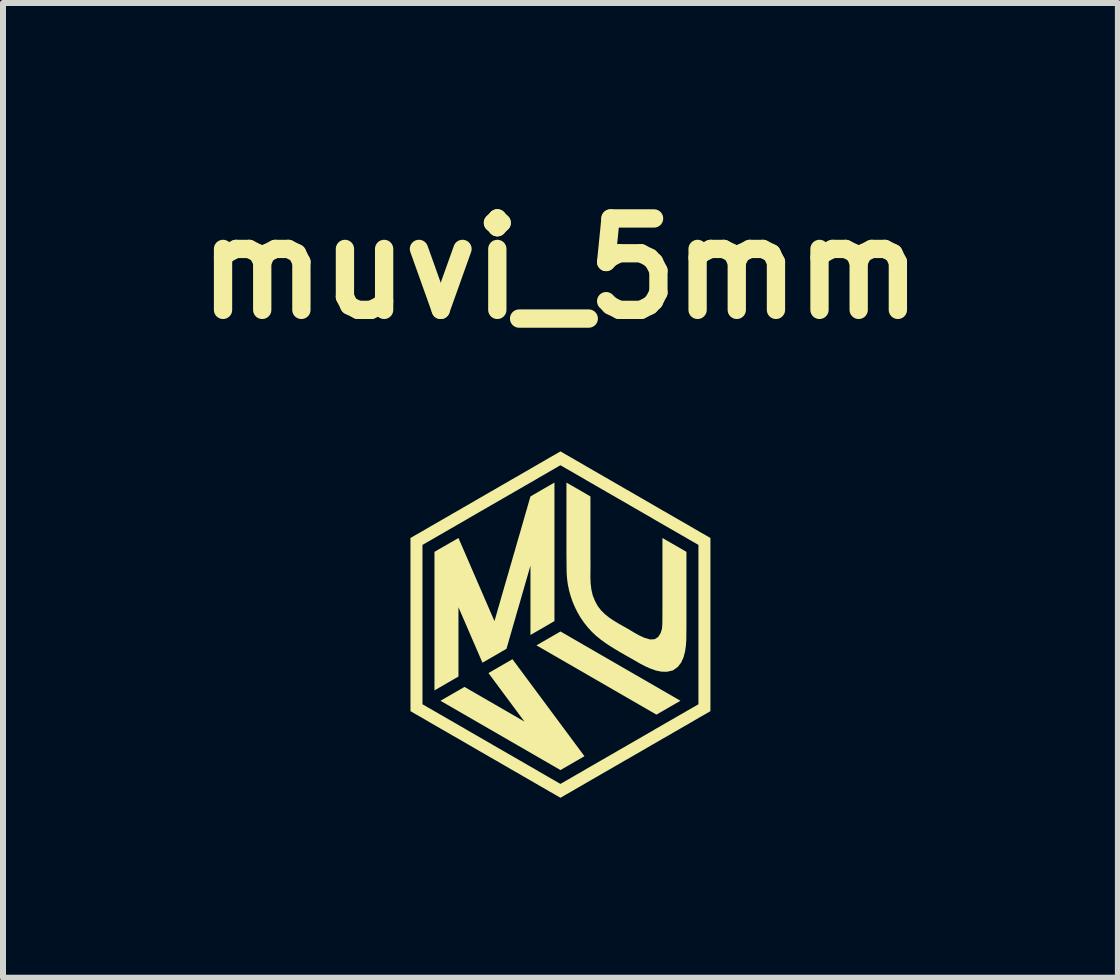
<source format=kicad_pcb>
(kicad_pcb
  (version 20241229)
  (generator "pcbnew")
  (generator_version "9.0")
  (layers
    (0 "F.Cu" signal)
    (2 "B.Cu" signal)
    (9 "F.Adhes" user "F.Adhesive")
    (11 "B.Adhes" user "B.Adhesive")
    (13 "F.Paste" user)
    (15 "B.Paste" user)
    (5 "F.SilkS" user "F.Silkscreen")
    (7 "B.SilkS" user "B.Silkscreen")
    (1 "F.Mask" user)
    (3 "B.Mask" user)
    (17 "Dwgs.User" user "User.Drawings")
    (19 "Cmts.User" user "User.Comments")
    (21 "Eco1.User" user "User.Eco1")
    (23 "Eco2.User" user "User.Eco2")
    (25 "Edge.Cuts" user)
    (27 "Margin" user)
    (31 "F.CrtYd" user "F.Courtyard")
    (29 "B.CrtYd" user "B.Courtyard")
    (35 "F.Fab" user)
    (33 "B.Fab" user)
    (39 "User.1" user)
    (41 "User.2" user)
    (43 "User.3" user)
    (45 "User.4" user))
  (footprint "muvi_5mm"
    (layer "F.Cu")
    (at 6.292 7.361)
    (property "Reference" "muvi_5mm" (at 0 -5.935 0) (layer "F.SilkS") (effects (font (size 1.524 1.524) (thickness 0.305))))
    (attr smd)
    (fp_poly (pts (xy -0.4 0.346) (xy 0 0.115) (xy 2 1.27) (xy 1.6 1.501) (xy -0.4 0.346)) (stroke (width 0) (type solid)) (fill yes) (layer "F.SilkS"))
    (fp_poly (pts (xy -2 1.27) (xy -1.6 1.039) (xy -0.6 1.617) (xy -1.2 0.808) (xy -0.8 0.577) (xy 0.4 2.194) (xy 0 2.425) (xy -2 1.27)) (stroke (width 0) (type solid)) (fill yes) (layer "F.SilkS"))
    (fp_poly (pts (xy 0.1 -2.367) (xy 0.1 -2.267) (xy 0.1 -2.167) (xy 0.1 -2.067) (xy 0.1 -1.967) (xy 0.1 -1.867) (xy 0.1 -1.767) (xy 0.1 -1.667) (xy 0.1 -1.567) (xy 0.1 -1.468) (xy 0.1 -1.368) (xy 0.1 -1.268) (xy 0.1 -1.168) (xy 0.101 -1.068) (xy 0.102 -0.968) (xy 0.103 -0.868) (xy 0.11 -0.768) (xy 0.123 -0.67) (xy 0.143 -0.572) (xy 0.17 -0.476) (xy 0.202 -0.382) (xy 0.241 -0.291) (xy 0.285 -0.202) (xy 0.335 -0.117) (xy 0.391 -0.035) (xy 0.453 0.043) (xy 0.52 0.117) (xy 0.592 0.185) (xy 0.67 0.249) (xy 0.747 0.305) (xy 0.827 0.358) (xy 0.909 0.409) (xy 0.991 0.458) (xy 1.075 0.506) (xy 1.158 0.553) (xy 1.242 0.601) (xy 1.325 0.649) (xy 1.409 0.693) (xy 1.498 0.733) (xy 1.591 0.766) (xy 1.685 0.785) (xy 1.78 0.786) (xy 1.874 0.764) (xy 1.955 0.707) (xy 2.012 0.633) (xy 2.052 0.545) (xy 2.077 0.45) (xy 2.091 0.352) (xy 2.098 0.257) (xy 2.099 0.152) (xy 2.1 0.047) (xy 2.1 -0.058) (xy 2.1 -0.163) (xy 2.1 -0.268) (xy 2.1 -0.373) (xy 2.1 -0.478) (xy 2.1 -0.583) (xy 2.1 -0.688) (xy 2.1 -0.793) (xy 2.1 -0.898) (xy 2.1 -1.003) (xy 2.1 -1.107) (xy 2.1 -1.212) (xy 2.02 -1.259) (xy 1.94 -1.305) (xy 1.86 -1.351) (xy 1.78 -1.397) (xy 1.7 -1.443) (xy 1.7 -1.34) (xy 1.7 -1.238) (xy 1.7 -1.135) (xy 1.7 -1.032) (xy 1.7 -0.929) (xy 1.7 -0.826) (xy 1.7 -0.723) (xy 1.7 -0.62) (xy 1.7 -0.517) (xy 1.7 -0.414) (xy 1.7 -0.311) (xy 1.7 -0.208) (xy 1.699 -0.106) (xy 1.698 -0.003) (xy 1.692 0.071) (xy 1.669 0.144) (xy 1.629 0.206) (xy 1.57 0.244) (xy 1.493 0.248) (xy 1.399 0.22) (xy 1.31 0.179) (xy 1.224 0.131) (xy 1.14 0.08) (xy 1.054 0.031) (xy 0.974 -0.014) (xy 0.894 -0.062) (xy 0.816 -0.114) (xy 0.744 -0.171) (xy 0.678 -0.236) (xy 0.622 -0.308) (xy 0.577 -0.391) (xy 0.538 -0.487) (xy 0.515 -0.587) (xy 0.503 -0.689) (xy 0.499 -0.792) (xy 0.5 -0.895) (xy 0.501 -0.999) (xy 0.5 -1.102) (xy 0.5 -1.205) (xy 0.5 -1.309) (xy 0.5 -1.412) (xy 0.5 -1.516) (xy 0.5 -1.619) (xy 0.5 -1.722) (xy 0.5 -1.826) (xy 0.5 -1.929) (xy 0.5 -2.033) (xy 0.5 -2.136) (xy 0.42 -2.182) (xy 0.34 -2.229) (xy 0.26 -2.275) (xy 0.18 -2.321) (xy 0.1 -2.367) (xy 0.1 -2.367)) (stroke (width 0) (type solid)) (fill yes) (layer "F.SilkS"))
    (fp_poly (pts (xy -2.1 1.097) (xy -2.1 0.992) (xy -2.1 0.887) (xy -2.1 0.782) (xy -2.1 0.677) (xy -2.1 0.572) (xy -2.1 0.467) (xy -2.1 0.362) (xy -2.1 0.257) (xy -2.1 0.152) (xy -2.1 0.047) (xy -2.1 -0.058) (xy -2.1 -0.163) (xy -2.1 -0.268) (xy -2.1 -0.373) (xy -2.1 -0.478) (xy -2.1 -0.583) (xy -2.1 -0.688) (xy -2.1 -0.793) (xy -2.1 -0.898) (xy -2.1 -1.002) (xy -2.1 -1.107) (xy -2.1 -1.212) (xy -2.02 -1.259) (xy -1.94 -1.305) (xy -1.86 -1.351) (xy -1.78 -1.397) (xy -1.7 -1.443) (xy -1.66 -1.351) (xy -1.62 -1.259) (xy -1.58 -1.166) (xy -1.54 -1.074) (xy -1.5 -0.981) (xy -1.46 -0.889) (xy -1.42 -0.797) (xy -1.38 -0.704) (xy -1.34 -0.612) (xy -1.3 -0.52) (xy -1.26 -0.427) (xy -1.22 -0.335) (xy -1.18 -0.242) (xy -1.14 -0.15) (xy -1.1 -0.058) (xy -1.071 -0.157) (xy -1.043 -0.256) (xy -1.014 -0.355) (xy -0.986 -0.454) (xy -0.957 -0.553) (xy -0.929 -0.652) (xy -0.9 -0.751) (xy -0.871 -0.85) (xy -0.843 -0.949) (xy -0.814 -1.047) (xy -0.786 -1.146) (xy -0.757 -1.245) (xy -0.729 -1.344) (xy -0.7 -1.443) (xy -0.671 -1.542) (xy -0.643 -1.641) (xy -0.614 -1.74) (xy -0.586 -1.839) (xy -0.557 -1.938) (xy -0.529 -2.037) (xy -0.5 -2.136) (xy -0.42 -2.182) (xy -0.34 -2.229) (xy -0.26 -2.275) (xy -0.18 -2.321) (xy -0.1 -2.367) (xy -0.1 -2.262) (xy -0.1 -2.157) (xy -0.1 -2.052) (xy -0.1 -1.947) (xy -0.1 -1.842) (xy -0.1 -1.737) (xy -0.1 -1.632) (xy -0.1 -1.527) (xy -0.1 -1.422) (xy -0.1 -1.317) (xy -0.1 -1.212) (xy -0.1 -1.107) (xy -0.1 -1.002) (xy -0.1 -0.898) (xy -0.1 -0.793) (xy -0.1 -0.688) (xy -0.1 -0.583) (xy -0.1 -0.478) (xy -0.1 -0.373) (xy -0.1 -0.268) (xy -0.1 -0.163) (xy -0.1 -0.058) (xy -0.18 -0.012) (xy -0.26 0.035) (xy -0.34 0.081) (xy -0.42 0.127) (xy -0.5 0.173) (xy -0.5 0.068) (xy -0.5 -0.037) (xy -0.5 -0.142) (xy -0.5 -0.247) (xy -0.5 -0.352) (xy -0.5 -0.457) (xy -0.5 -0.562) (xy -0.5 -0.667) (xy -0.5 -0.772) (xy -0.5 -0.877) (xy -0.5 -0.981) (xy -0.529 -0.883) (xy -0.557 -0.784) (xy -0.586 -0.685) (xy -0.614 -0.586) (xy -0.643 -0.487) (xy -0.671 -0.388) (xy -0.7 -0.289) (xy -0.729 -0.19) (xy -0.757 -0.091) (xy -0.786 0.008) (xy -0.814 0.107) (xy -0.843 0.206) (xy -0.871 0.305) (xy -0.9 0.404) (xy -0.98 0.45) (xy -1.06 0.497) (xy -1.14 0.543) (xy -1.22 0.589) (xy -1.3 0.635) (xy -1.34 0.543) (xy -1.38 0.45) (xy -1.42 0.358) (xy -1.46 0.266) (xy -1.5 0.173) (xy -1.54 0.081) (xy -1.58 -0.012) (xy -1.62 -0.104) (xy -1.66 -0.196) (xy -1.7 -0.289) (xy -1.7 -0.184) (xy -1.7 -0.079) (xy -1.7 0.026) (xy -1.7 0.131) (xy -1.7 0.236) (xy -1.7 0.341) (xy -1.7 0.446) (xy -1.7 0.551) (xy -1.7 0.656) (xy -1.7 0.761) (xy -1.7 0.866) (xy -1.78 0.912) (xy -1.86 0.958) (xy -1.94 1.005) (xy -2.02 1.051) (xy -2.1 1.097)) (stroke (width 0) (type solid)) (fill yes) (layer "F.SilkS"))
    (fp_poly (pts (xy 0 -2.887) (xy 0 -2.656) (xy 0.088 -2.605) (xy 0.177 -2.554) (xy 0.265 -2.503) (xy 0.354 -2.452) (xy 0.442 -2.4) (xy 0.531 -2.349) (xy 0.619 -2.298) (xy 0.708 -2.247) (xy 0.796 -2.196) (xy 0.885 -2.145) (xy 0.973 -2.094) (xy 1.062 -2.043) (xy 1.15 -1.992) (xy 1.238 -1.941) (xy 1.327 -1.89) (xy 1.415 -1.839) (xy 1.504 -1.788) (xy 1.592 -1.736) (xy 1.681 -1.685) (xy 1.769 -1.634) (xy 1.858 -1.583) (xy 1.946 -1.532) (xy 2.035 -1.481) (xy 2.123 -1.43) (xy 2.212 -1.379) (xy 2.3 -1.328) (xy 2.3 -1.226) (xy 2.3 -1.124) (xy 2.3 -1.021) (xy 2.3 -0.919) (xy 2.3 -0.817) (xy 2.3 -0.715) (xy 2.3 -0.613) (xy 2.3 -0.511) (xy 2.3 -0.409) (xy 2.3 -0.306) (xy 2.3 -0.204) (xy 2.3 -0.102) (xy 2.3 0) (xy 2.3 0.102) (xy 2.3 0.204) (xy 2.3 0.306) (xy 2.3 0.409) (xy 2.3 0.511) (xy 2.3 0.613) (xy 2.3 0.715) (xy 2.3 0.817) (xy 2.3 0.919) (xy 2.3 1.021) (xy 2.3 1.124) (xy 2.3 1.226) (xy 2.3 1.328) (xy 2.212 1.379) (xy 2.123 1.43) (xy 2.035 1.481) (xy 1.946 1.532) (xy 1.858 1.583) (xy 1.769 1.634) (xy 1.681 1.685) (xy 1.592 1.736) (xy 1.504 1.788) (xy 1.415 1.839) (xy 1.327 1.89) (xy 1.238 1.941) (xy 1.15 1.992) (xy 1.062 2.043) (xy 0.973 2.094) (xy 0.885 2.145) (xy 0.796 2.196) (xy 0.708 2.247) (xy 0.619 2.298) (xy 0.531 2.349) (xy 0.442 2.4) (xy 0.354 2.452) (xy 0.265 2.503) (xy 0.177 2.554) (xy 0.088 2.605) (xy 0 2.656) (xy -0.088 2.605) (xy -0.177 2.554) (xy -0.265 2.503) (xy -0.354 2.452) (xy -0.442 2.4) (xy -0.531 2.349) (xy -0.619 2.298) (xy -0.708 2.247) (xy -0.796 2.196) (xy -0.885 2.145) (xy -0.973 2.094) (xy -1.062 2.043) (xy -1.15 1.992) (xy -1.238 1.941) (xy -1.327 1.89) (xy -1.415 1.839) (xy -1.504 1.788) (xy -1.592 1.736) (xy -1.681 1.685) (xy -1.769 1.634) (xy -1.858 1.583) (xy -1.946 1.532) (xy -2.035 1.481) (xy -2.123 1.43) (xy -2.212 1.379) (xy -2.3 1.328) (xy -2.3 1.226) (xy -2.3 1.124) (xy -2.3 1.021) (xy -2.3 0.919) (xy -2.3 0.817) (xy -2.3 0.715) (xy -2.3 0.613) (xy -2.3 0.511) (xy -2.3 0.409) (xy -2.3 0.306) (xy -2.3 0.204) (xy -2.3 0.102) (xy -2.3 0) (xy -2.3 -0.102) (xy -2.3 -0.204) (xy -2.3 -0.306) (xy -2.3 -0.409) (xy -2.3 -0.511) (xy -2.3 -0.613) (xy -2.3 -0.715) (xy -2.3 -0.817) (xy -2.3 -0.919) (xy -2.3 -1.021) (xy -2.3 -1.124) (xy -2.3 -1.226) (xy -2.3 -1.328) (xy -2.212 -1.379) (xy -2.123 -1.43) (xy -2.035 -1.481) (xy -1.946 -1.532) (xy -1.858 -1.583) (xy -1.769 -1.634) (xy -1.681 -1.685) (xy -1.592 -1.736) (xy -1.504 -1.788) (xy -1.415 -1.839) (xy -1.327 -1.89) (xy -1.238 -1.941) (xy -1.15 -1.992) (xy -1.062 -2.043) (xy -0.973 -2.094) (xy -0.885 -2.145) (xy -0.796 -2.196) (xy -0.708 -2.247) (xy -0.619 -2.298) (xy -0.531 -2.349) (xy -0.442 -2.4) (xy -0.354 -2.452) (xy -0.265 -2.503) (xy -0.177 -2.554) (xy -0.088 -2.605) (xy 0 -2.656) (xy 0 -2.887) (xy -0.089 -2.835) (xy -0.179 -2.784) (xy -0.268 -2.732) (xy -0.357 -2.681) (xy -0.446 -2.629) (xy -0.536 -2.577) (xy -0.625 -2.526) (xy -0.714 -2.474) (xy -0.804 -2.423) (xy -0.893 -2.371) (xy -0.982 -2.32) (xy -1.071 -2.268) (xy -1.161 -2.217) (xy -1.25 -2.165) (xy -1.339 -2.114) (xy -1.429 -2.062) (xy -1.518 -2.01) (xy -1.607 -1.959) (xy -1.696 -1.907) (xy -1.786 -1.856) (xy -1.875 -1.804) (xy -1.964 -1.753) (xy -2.054 -1.701) (xy -2.143 -1.65) (xy -2.232 -1.598) (xy -2.321 -1.546) (xy -2.411 -1.495) (xy -2.5 -1.443) (xy -2.5 -1.34) (xy -2.5 -1.237) (xy -2.5 -1.134) (xy -2.5 -1.031) (xy -2.5 -0.928) (xy -2.5 -0.825) (xy -2.5 -0.722) (xy -2.5 -0.619) (xy -2.5 -0.515) (xy -2.5 -0.412) (xy -2.5 -0.309) (xy -2.5 -0.206) (xy -2.5 -0.103) (xy -2.5 0) (xy -2.5 0.103) (xy -2.5 0.206) (xy -2.5 0.309) (xy -2.5 0.412) (xy -2.5 0.515) (xy -2.5 0.619) (xy -2.5 0.722) (xy -2.5 0.825) (xy -2.5 0.928) (xy -2.5 1.031) (xy -2.5 1.134) (xy -2.5 1.237) (xy -2.5 1.34) (xy -2.5 1.443) (xy -2.411 1.495) (xy -2.321 1.546) (xy -2.232 1.598) (xy -2.143 1.65) (xy -2.054 1.701) (xy -1.964 1.753) (xy -1.875 1.804) (xy -1.786 1.856) (xy -1.696 1.907) (xy -1.607 1.959) (xy -1.518 2.01) (xy -1.429 2.062) (xy -1.339 2.114) (xy -1.25 2.165) (xy -1.161 2.217) (xy -1.071 2.268) (xy -0.982 2.32) (xy -0.893 2.371) (xy -0.804 2.423) (xy -0.714 2.474) (xy -0.625 2.526) (xy -0.536 2.577) (xy -0.446 2.629) (xy -0.357 2.681) (xy -0.268 2.732) (xy -0.179 2.784) (xy -0.089 2.835) (xy 0 2.887) (xy 0.089 2.835) (xy 0.179 2.784) (xy 0.268 2.732) (xy 0.357 2.681) (xy 0.446 2.629) (xy 0.536 2.577) (xy 0.625 2.526) (xy 0.714 2.474) (xy 0.804 2.423) (xy 0.893 2.371) (xy 0.982 2.32) (xy 1.071 2.268) (xy 1.161 2.217) (xy 1.25 2.165) (xy 1.339 2.114) (xy 1.429 2.062) (xy 1.518 2.01) (xy 1.607 1.959) (xy 1.696 1.907) (xy 1.786 1.856) (xy 1.875 1.804) (xy 1.964 1.753) (xy 2.054 1.701) (xy 2.143 1.65) (xy 2.232 1.598) (xy 2.321 1.546) (xy 2.411 1.495) (xy 2.5 1.443) (xy 2.5 1.34) (xy 2.5 1.237) (xy 2.5 1.134) (xy 2.5 1.031) (xy 2.5 0.928) (xy 2.5 0.825) (xy 2.5 0.722) (xy 2.5 0.619) (xy 2.5 0.515) (xy 2.5 0.412) (xy 2.5 0.309) (xy 2.5 0.206) (xy 2.5 0.103) (xy 2.5 0) (xy 2.5 -0.103) (xy 2.5 -0.206) (xy 2.5 -0.309) (xy 2.5 -0.412) (xy 2.5 -0.515) (xy 2.5 -0.619) (xy 2.5 -0.722) (xy 2.5 -0.825) (xy 2.5 -0.928) (xy 2.5 -1.031) (xy 2.5 -1.134) (xy 2.5 -1.237) (xy 2.5 -1.34) (xy 2.5 -1.443) (xy 2.411 -1.495) (xy 2.321 -1.546) (xy 2.232 -1.598) (xy 2.143 -1.65) (xy 2.054 -1.701) (xy 1.964 -1.753) (xy 1.875 -1.804) (xy 1.786 -1.856) (xy 1.696 -1.907) (xy 1.607 -1.959) (xy 1.518 -2.01) (xy 1.429 -2.062) (xy 1.339 -2.114) (xy 1.25 -2.165) (xy 1.161 -2.217) (xy 1.071 -2.268) (xy 0.982 -2.32) (xy 0.893 -2.371) (xy 0.804 -2.423) (xy 0.714 -2.474) (xy 0.625 -2.526) (xy 0.536 -2.577) (xy 0.446 -2.629) (xy 0.357 -2.681) (xy 0.268 -2.732) (xy 0.179 -2.784) (xy 0.089 -2.835) (xy 0 -2.887)) (stroke (width 0) (type solid)) (fill yes) (layer "F.SilkS")))
  (gr_rect
    (start -3 -3)
    (end 15.584 13.248)
    (stroke (width 0.1) (type default))
    (fill no)
    (layer "Edge.Cuts")))
</source>
